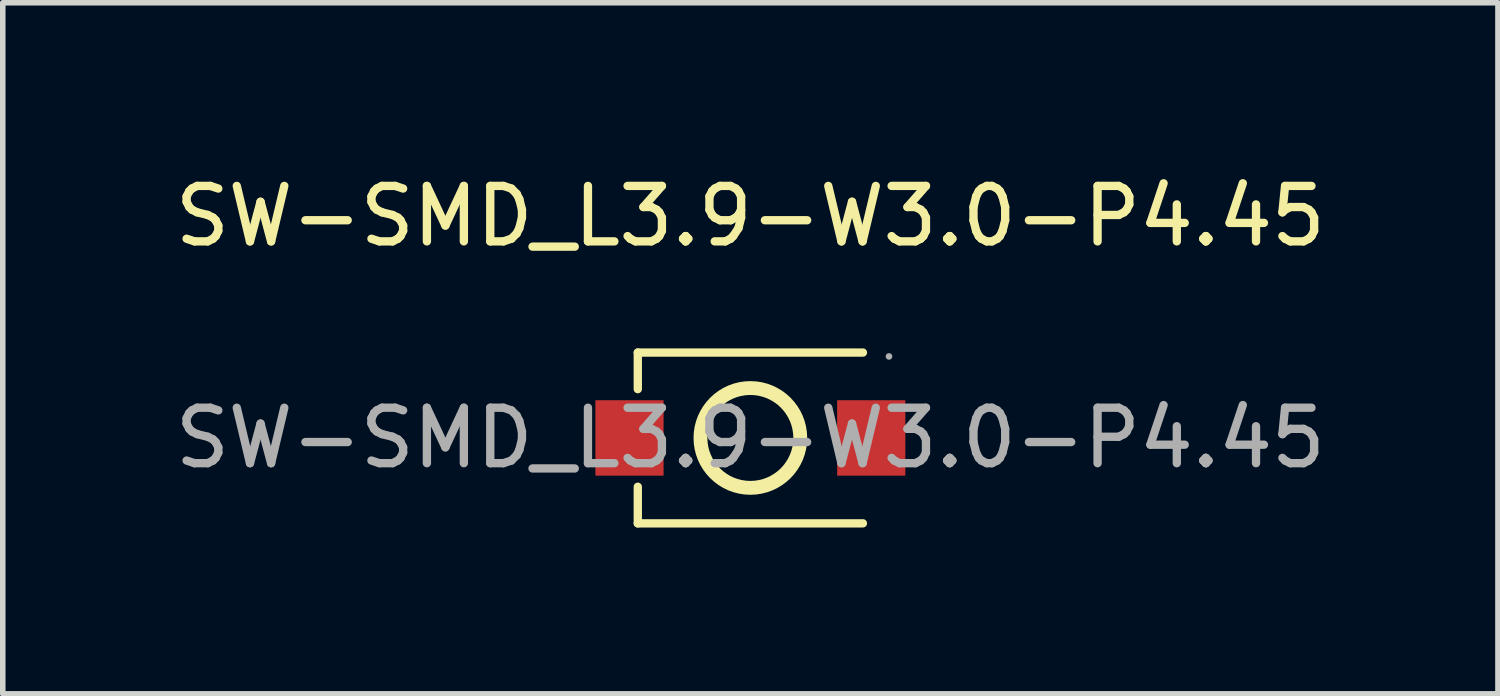
<source format=kicad_pcb>
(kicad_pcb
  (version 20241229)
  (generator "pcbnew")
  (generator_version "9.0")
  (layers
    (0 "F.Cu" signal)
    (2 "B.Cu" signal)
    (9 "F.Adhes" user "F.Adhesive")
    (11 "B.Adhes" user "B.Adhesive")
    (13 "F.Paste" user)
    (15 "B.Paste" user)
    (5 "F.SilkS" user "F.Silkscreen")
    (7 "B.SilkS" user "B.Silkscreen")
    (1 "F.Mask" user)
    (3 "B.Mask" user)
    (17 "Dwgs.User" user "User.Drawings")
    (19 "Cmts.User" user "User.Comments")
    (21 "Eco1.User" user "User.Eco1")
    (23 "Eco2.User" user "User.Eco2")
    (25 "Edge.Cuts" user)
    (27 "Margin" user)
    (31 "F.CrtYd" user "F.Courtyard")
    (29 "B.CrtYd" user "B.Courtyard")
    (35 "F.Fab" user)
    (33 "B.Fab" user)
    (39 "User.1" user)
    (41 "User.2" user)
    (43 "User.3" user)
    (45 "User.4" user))
  (footprint "SW-SMD_L3.9-W3.0-P4.45"
    (layer "F.Cu")
    (at 10.482 4.848)
    (property "Reference" "SW-SMD_L3.9-W3.0-P4.45" (at 0 -4 0) (layer "F.SilkS") (effects (font (size 1 1) (thickness 0.15))))
    (attr smd)
    (fp_line (start -2.03 -1.54) (end -2.03 -0.88) (stroke (width 0.15) (type solid)) (layer "F.SilkS"))
    (fp_line (start -2.03 1.54) (end -2.03 0.88) (stroke (width 0.15) (type solid)) (layer "F.SilkS"))
    (fp_line (start 2.03 -1.54) (end -2.03 -1.54) (stroke (width 0.15) (type solid)) (layer "F.SilkS"))
    (fp_line (start 2.03 1.54) (end -2.03 1.54) (stroke (width 0.15) (type solid)) (layer "F.SilkS"))
    (fp_circle (center 0 0) (end 0.9 0) (stroke (width 0.25) (type solid)) (fill no) (layer "F.SilkS"))
    (fp_circle (center 2.5 -1.47) (end 2.53 -1.47) (stroke (width 0.06) (type solid)) (fill no) (layer "F.Fab"))
    (fp_text user "${REFERENCE}" (at 0 0 0) (layer "F.Fab") (effects (font (size 1 1) (thickness 0.15))))
    (pad "1" smd rect (at -2.18 0) (size 1.23 1.36) (layers "F.Cu" "F.Mask" "F.Paste"))
    (pad "2" smd rect (at 2.18 0) (size 1.23 1.36) (layers "F.Cu" "F.Mask" "F.Paste")))
  (gr_rect
    (start -3 -3)
    (end 23.964 9.463)
    (stroke (width 0.1) (type default))
    (fill no)
    (layer "Edge.Cuts")))
</source>
